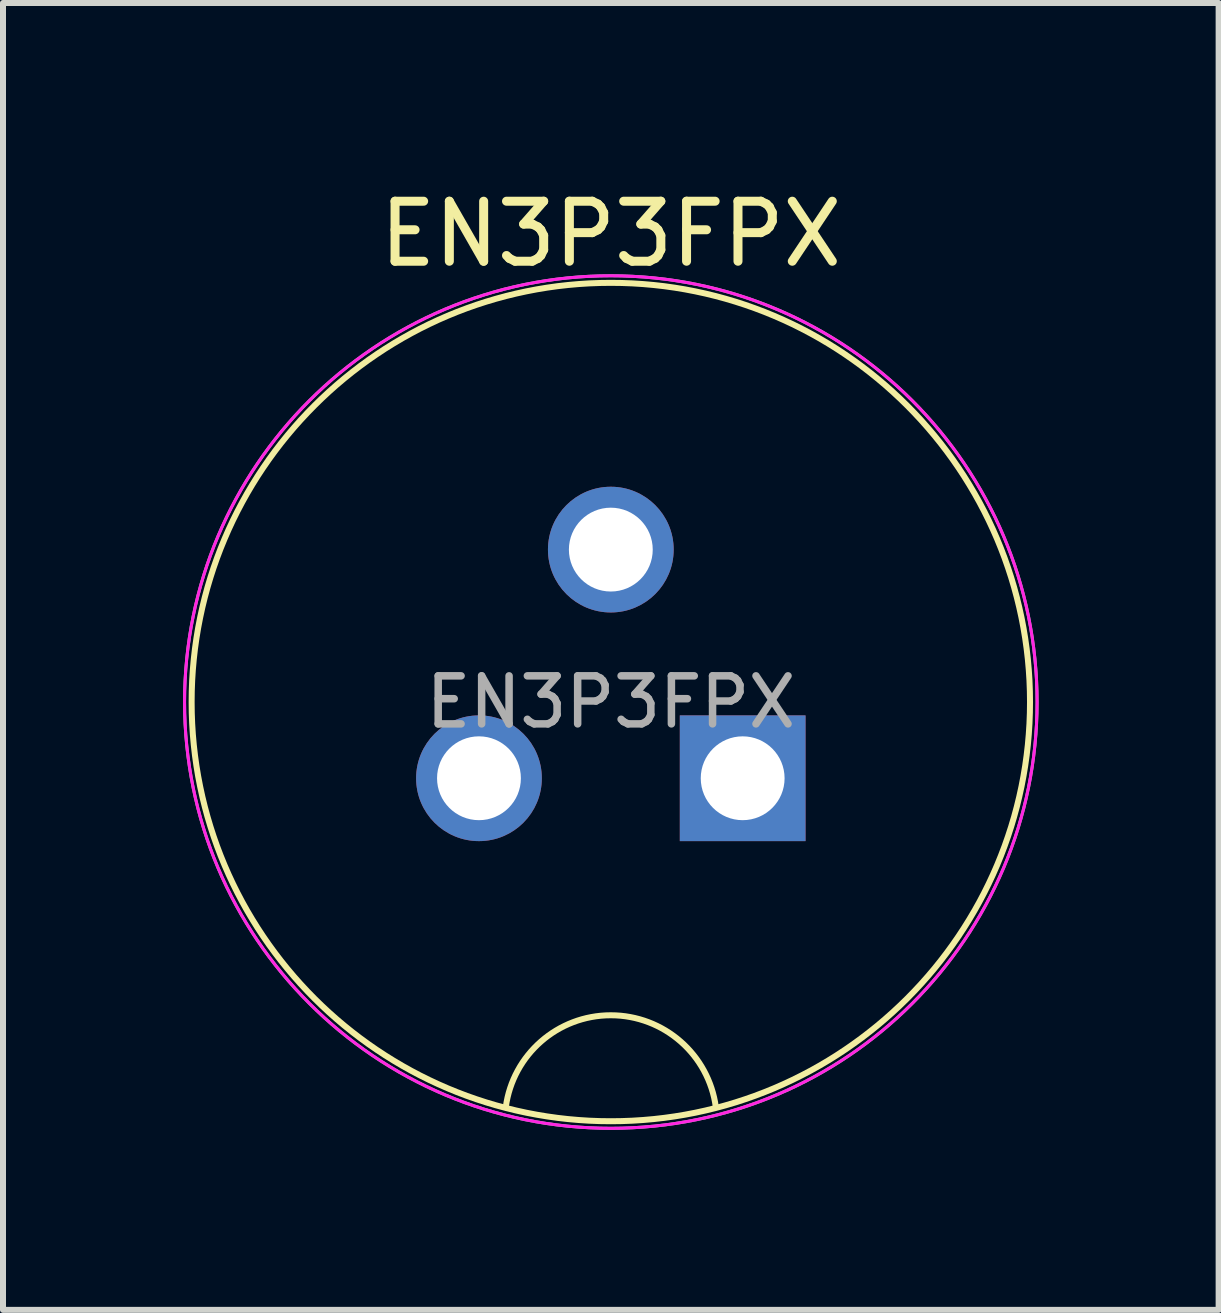
<source format=kicad_pcb>
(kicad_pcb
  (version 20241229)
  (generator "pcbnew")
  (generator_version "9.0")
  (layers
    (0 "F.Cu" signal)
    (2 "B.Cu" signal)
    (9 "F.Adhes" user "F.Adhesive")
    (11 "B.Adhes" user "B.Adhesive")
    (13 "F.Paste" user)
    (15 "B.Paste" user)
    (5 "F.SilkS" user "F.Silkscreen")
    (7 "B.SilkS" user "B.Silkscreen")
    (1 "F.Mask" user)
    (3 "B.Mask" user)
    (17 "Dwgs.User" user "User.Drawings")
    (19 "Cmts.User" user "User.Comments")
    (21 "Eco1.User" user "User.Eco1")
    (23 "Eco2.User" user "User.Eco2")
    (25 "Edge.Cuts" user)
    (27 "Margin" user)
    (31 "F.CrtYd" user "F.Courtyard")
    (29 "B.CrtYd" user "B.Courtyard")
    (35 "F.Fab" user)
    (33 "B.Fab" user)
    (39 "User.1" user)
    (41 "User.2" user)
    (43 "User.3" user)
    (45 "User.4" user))
  (footprint "EN3P3FPX"
    (layer "F.Cu")
    (at 7.128 8.648)
    (property "Reference" "EN3P3FPX" (at 0 -7.8 0) (layer "F.SilkS") (effects (font (size 1 1) (thickness 0.15))))
    (attr through_hole)
    (fp_arc (start -1.75 6.75) (mid 0 5.219292) (end 1.75 6.75) (stroke (width 0.1) (type default)) (layer "F.SilkS"))
    (fp_circle (center 0 0) (end 6.985 0) (stroke (width 0.1) (type default)) (fill no) (layer "F.SilkS"))
    (fp_circle (center 0 0) (end 7.1 0.2) (stroke (width 0.05) (type solid)) (fill no) (layer "F.CrtYd"))
    (fp_circle (center 0 0) (end 7.103 0) (stroke (width 0.05) (type solid)) (fill no) (layer "F.Fab"))
    (fp_text user "${REFERENCE}" (at 0 0 0) (layer "F.Fab") (effects (font (size 0.8 0.8) (thickness 0.125))))
    (pad "1" thru_hole rect (at 2.197 1.27) (size 2.095 2.095) (drill 1.397) (layers "*.Cu" "*.Mask"))
    (pad "2" thru_hole circle (at -2.197 1.27) (size 2.095 2.095) (drill 1.397) (layers "*.Cu" "*.Mask"))
    (pad "3" thru_hole circle (at 0 -2.54) (size 2.095 2.095) (drill 1.397) (layers "*.Cu" "*.Mask")))
  (gr_rect
    (start -3 -3)
    (end 17.256 18.776)
    (stroke (width 0.1) (type default))
    (fill no)
    (layer "Edge.Cuts")))
</source>
